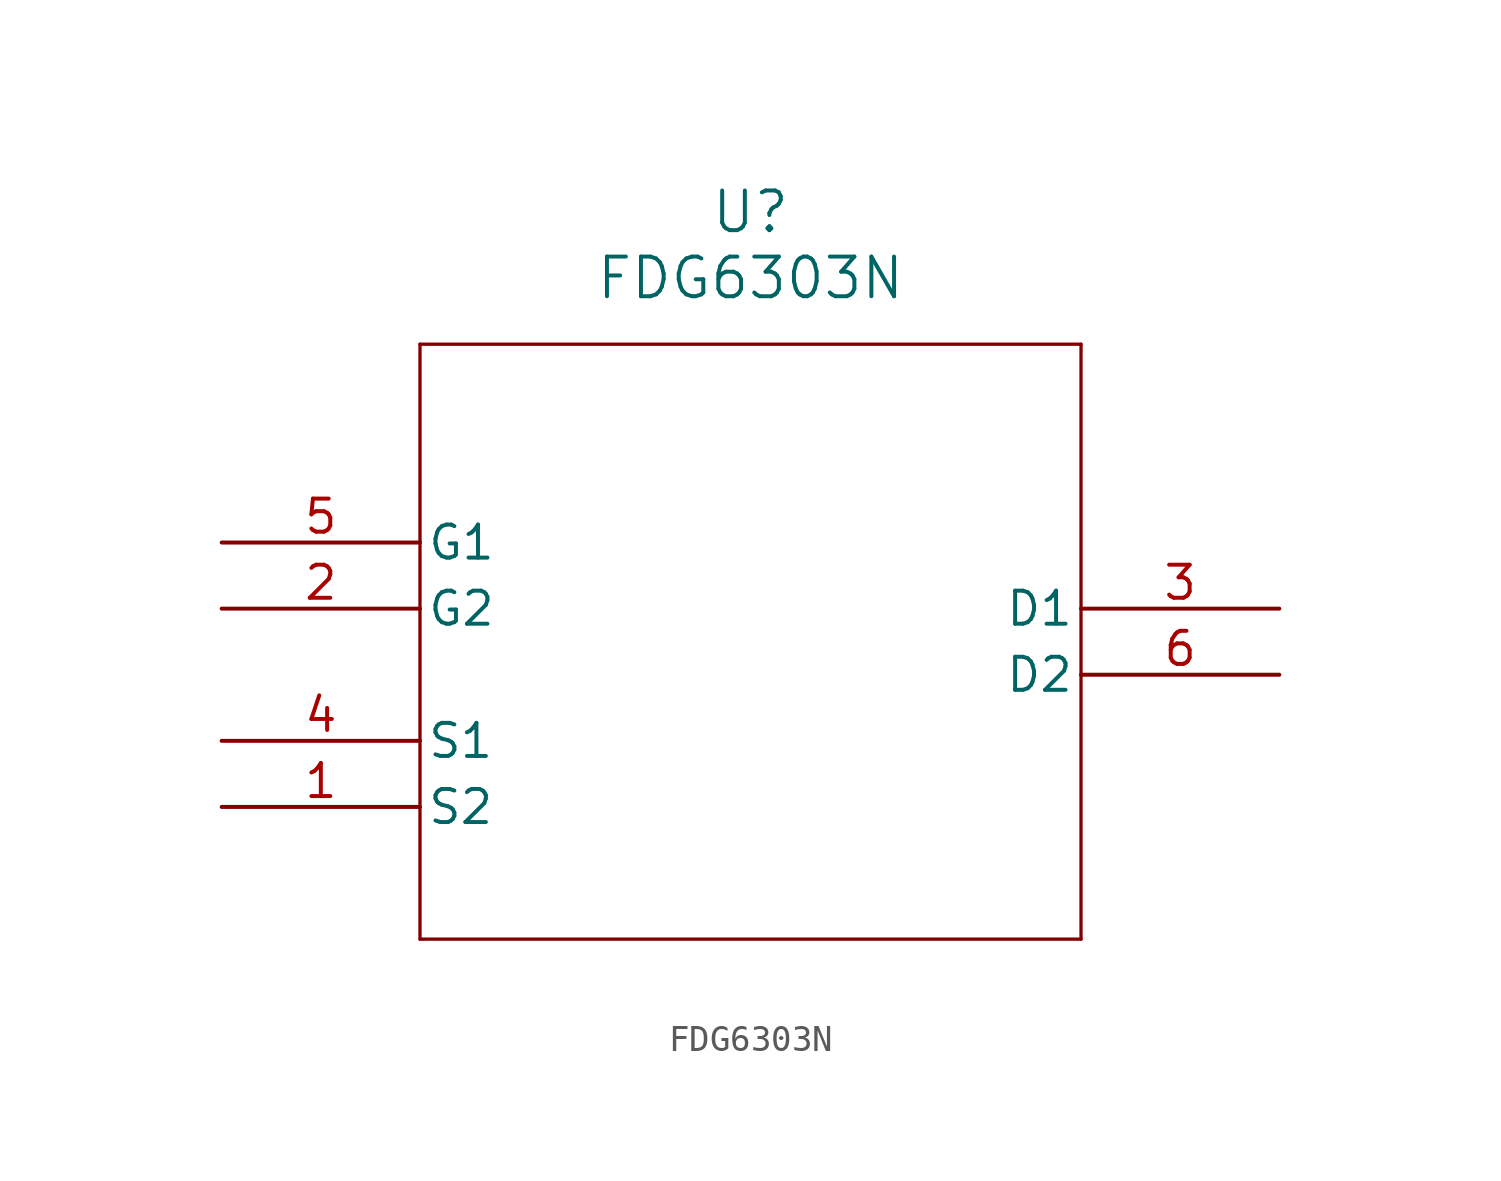
<source format=kicad_sym>
(kicad_symbol_lib
  (version 20211014)
  (generator kicad_symbol_editor)
  (symbol "FDG6303N"
    (pin_names
      (offset 0.254))
    (property "Reference" "U"
      (at 20.32 12.7 0)
      (effects (font (size 1.524 1.524))))
    (property "Value" "FDG6303N"
      (at 20.32 10.16 0)
      (effects (font (size 1.524 1.524))))
    (symbol "FDG6303N_0_1"
      (polyline (pts (xy 7.62 7.62) (xy 7.62 -15.24)) (stroke (width 0.127) (type default) (color 0 0 0 0)) (fill (type none)))
      (polyline (pts (xy 7.62 -15.24) (xy 33.02 -15.24)) (stroke (width 0.127) (type default) (color 0 0 0 0)) (fill (type none)))
      (polyline (pts (xy 33.02 -15.24) (xy 33.02 7.62)) (stroke (width 0.127) (type default) (color 0 0 0 0)) (fill (type none)))
      (polyline (pts (xy 33.02 7.62) (xy 7.62 7.62)) (stroke (width 0.127) (type default) (color 0 0 0 0)) (fill (type none)))
      (pin unspecified line (at 0 -10.16 0) (length 7.62) (name "S2" (effects (font (size 1.27 1.27)))) (number "1" (effects (font (size 1.27 1.27)))))
      (pin unspecified line (at 0 -2.54 0) (length 7.62) (name "G2" (effects (font (size 1.27 1.27)))) (number "2" (effects (font (size 1.27 1.27)))))
      (pin unspecified line (at 40.64 -2.54 180) (length 7.62) (name "D1" (effects (font (size 1.27 1.27)))) (number "3" (effects (font (size 1.27 1.27)))))
      (pin unspecified line (at 0 -7.62 0) (length 7.62) (name "S1" (effects (font (size 1.27 1.27)))) (number "4" (effects (font (size 1.27 1.27)))))
      (pin unspecified line (at 0 0 0) (length 7.62) (name "G1" (effects (font (size 1.27 1.27)))) (number "5" (effects (font (size 1.27 1.27)))))
      (pin unspecified line (at 40.64 -5.08 180) (length 7.62) (name "D2" (effects (font (size 1.27 1.27)))) (number "6" (effects (font (size 1.27 1.27))))))))
</source>
